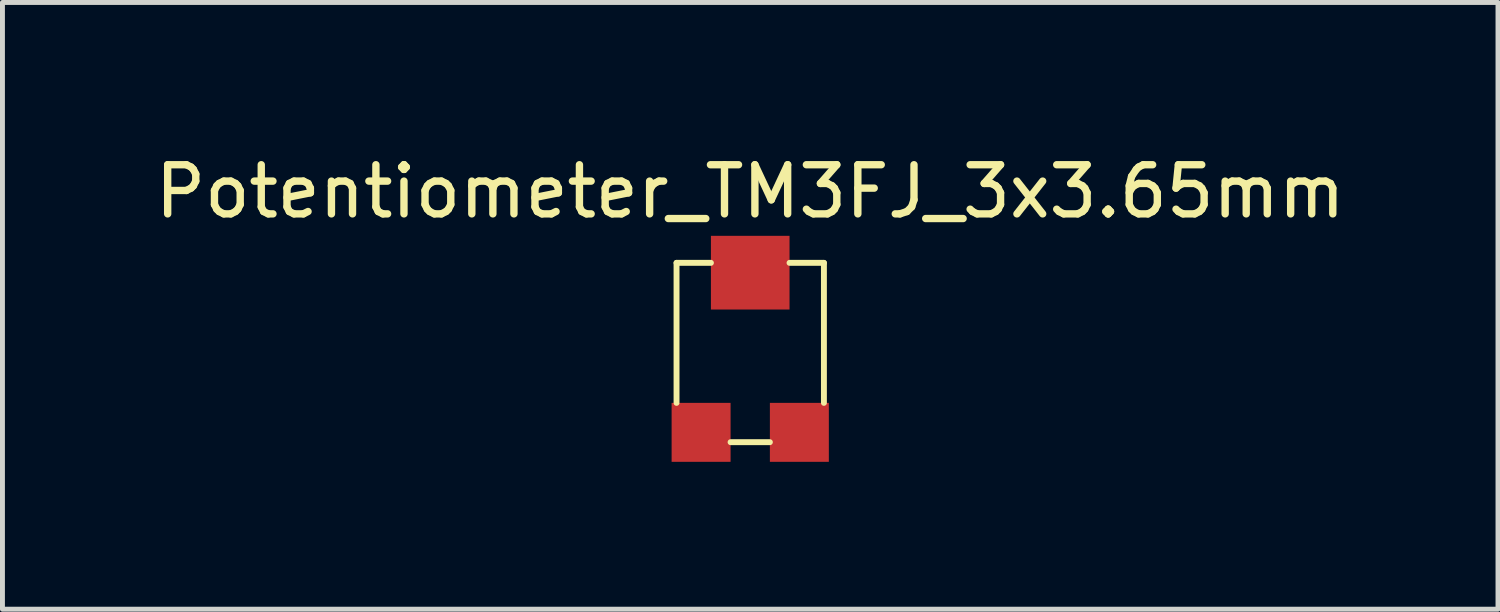
<source format=kicad_pcb>
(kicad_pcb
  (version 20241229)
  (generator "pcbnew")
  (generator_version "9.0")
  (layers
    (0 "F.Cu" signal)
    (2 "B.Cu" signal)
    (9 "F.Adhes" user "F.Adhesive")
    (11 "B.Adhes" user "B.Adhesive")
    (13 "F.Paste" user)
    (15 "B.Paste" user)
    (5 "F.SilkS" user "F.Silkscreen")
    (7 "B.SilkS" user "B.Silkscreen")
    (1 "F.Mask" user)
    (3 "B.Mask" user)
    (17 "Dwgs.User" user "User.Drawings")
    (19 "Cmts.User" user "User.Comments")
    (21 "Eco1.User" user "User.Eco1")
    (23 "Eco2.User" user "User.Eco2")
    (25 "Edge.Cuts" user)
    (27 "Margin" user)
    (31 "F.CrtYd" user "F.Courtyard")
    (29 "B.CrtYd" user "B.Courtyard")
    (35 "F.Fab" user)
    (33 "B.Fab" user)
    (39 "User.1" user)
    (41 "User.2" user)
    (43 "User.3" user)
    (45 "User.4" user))
  (footprint "Potentiometer_TM3FJ_3x3.65mm"
    (layer "F.Cu")
    (at 12.22 4.15)
    (property "Reference" "Potentiometer_TM3FJ_3x3.65mm" (at 0 -3.302 0) (layer "F.SilkS") (effects (font (size 1 1) (thickness 0.15))))
    (attr through_hole)
    (fp_line (start -1.5 -1.85) (end -0.8 -1.85) (stroke (width 0.12) (type solid)) (layer "F.SilkS"))
    (fp_line (start -1.5 1) (end -1.5 -1.85) (stroke (width 0.12) (type solid)) (layer "F.SilkS"))
    (fp_line (start -0.4 1.8) (end 0.4 1.8) (stroke (width 0.12) (type solid)) (layer "F.SilkS"))
    (fp_line (start 0.8 -1.85) (end 1.5 -1.85) (stroke (width 0.12) (type solid)) (layer "F.SilkS"))
    (fp_line (start 1.5 -1.85) (end 1.5 1) (stroke (width 0.12) (type solid)) (layer "F.SilkS"))
    (pad "1" smd rect (at 0 -1.65) (size 1.6 1.5) (layers "F.Cu" "F.Mask" "F.Paste"))
    (pad "2" smd rect (at -1 1.6) (size 1.2 1.2) (layers "F.Cu" "F.Mask" "F.Paste"))
    (pad "3" smd rect (at 1 1.6) (size 1.2 1.2) (layers "F.Cu" "F.Mask" "F.Paste")))
  (gr_rect
    (start -3 -3)
    (end 27.44 9.35)
    (stroke (width 0.1) (type default))
    (fill no)
    (layer "Edge.Cuts")))
</source>
